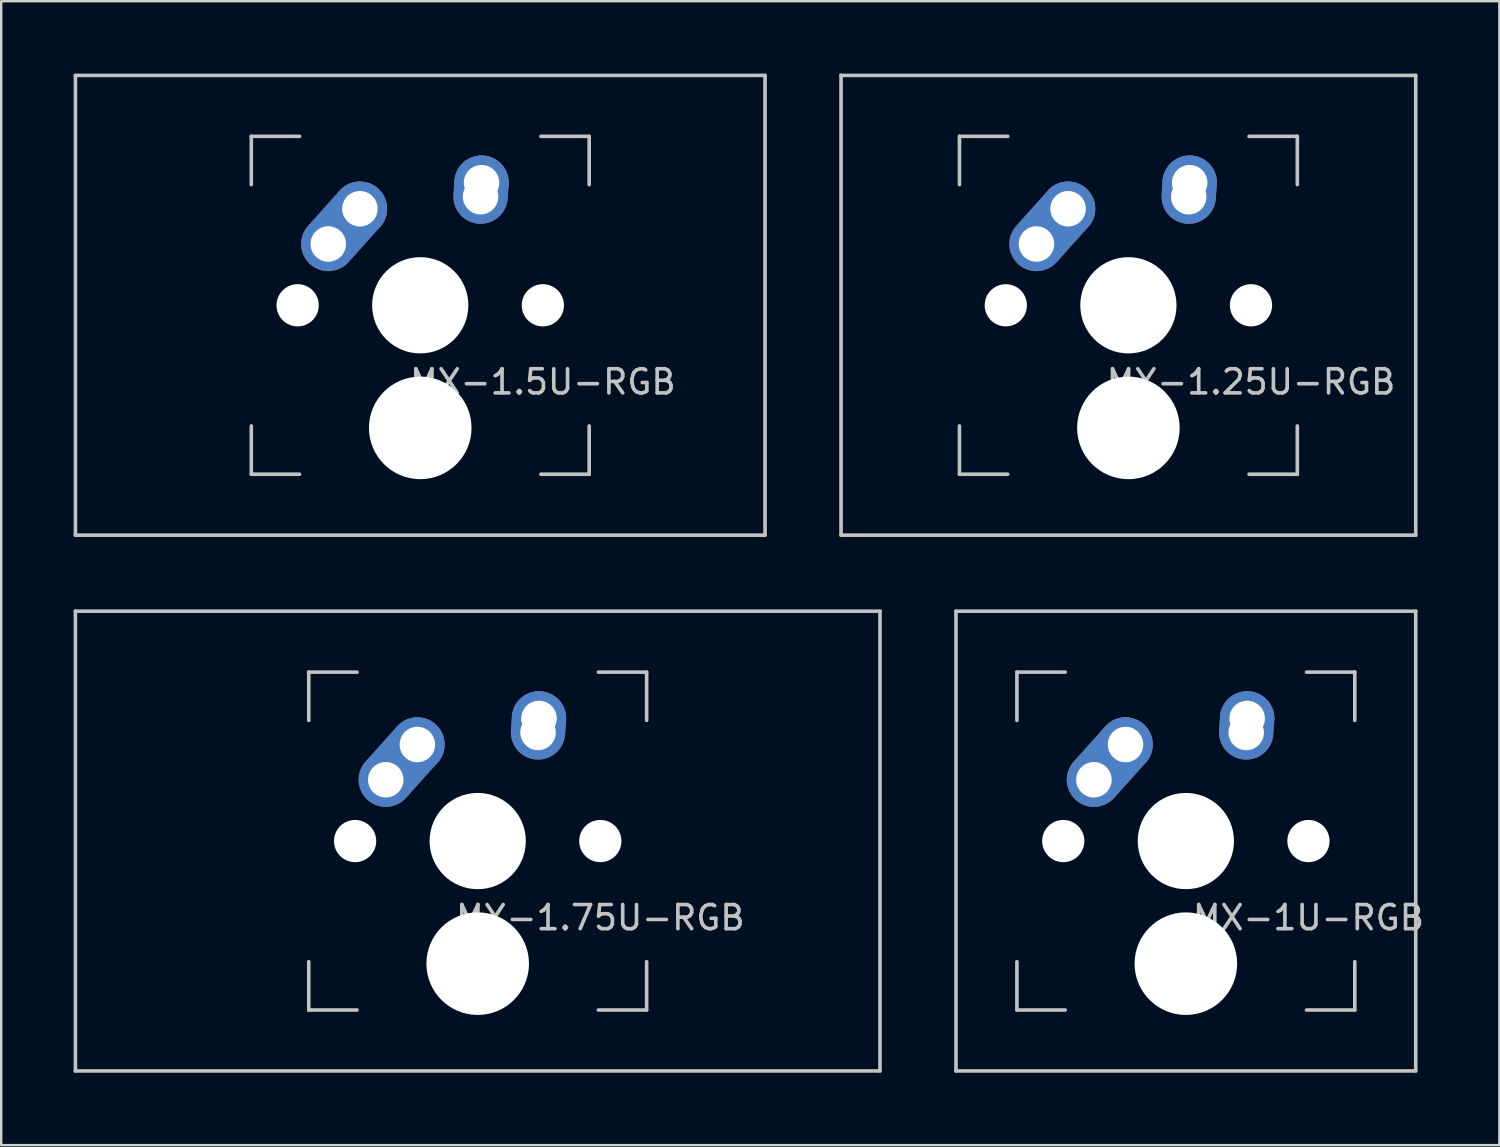
<source format=kicad_pcb>
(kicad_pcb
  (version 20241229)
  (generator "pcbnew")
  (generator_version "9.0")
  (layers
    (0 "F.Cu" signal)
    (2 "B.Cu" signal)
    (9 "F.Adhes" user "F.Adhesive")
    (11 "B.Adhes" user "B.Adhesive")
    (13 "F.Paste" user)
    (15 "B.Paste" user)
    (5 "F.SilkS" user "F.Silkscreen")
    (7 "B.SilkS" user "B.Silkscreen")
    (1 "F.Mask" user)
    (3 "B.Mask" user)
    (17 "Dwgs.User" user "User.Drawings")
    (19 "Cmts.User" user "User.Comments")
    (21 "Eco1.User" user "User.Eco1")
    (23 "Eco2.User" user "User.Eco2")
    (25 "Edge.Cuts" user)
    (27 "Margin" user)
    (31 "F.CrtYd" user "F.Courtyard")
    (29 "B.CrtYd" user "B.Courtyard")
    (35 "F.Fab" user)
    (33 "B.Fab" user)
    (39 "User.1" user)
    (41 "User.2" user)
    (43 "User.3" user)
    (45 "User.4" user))
  (footprint "MX-1U-RGB"
    (layer "F.Cu")
    (at 46.087 31.8)
    (property "Reference" "MX-1U-RGB" (at 5.08 3.175 0) (layer "Dwgs.User") (effects (font (size 1 1) (thickness 0.15))))
    (attr through_hole)
    (fp_line (start -9.525 -9.525) (end 9.525 -9.525) (stroke (width 0.15) (type solid)) (layer "Dwgs.User"))
    (fp_line (start -9.525 9.525) (end -9.525 -9.525) (stroke (width 0.15) (type solid)) (layer "Dwgs.User"))
    (fp_line (start -7 -7) (end -7 -5) (stroke (width 0.15) (type solid)) (layer "Dwgs.User"))
    (fp_line (start -7 5) (end -7 7) (stroke (width 0.15) (type solid)) (layer "Dwgs.User"))
    (fp_line (start -7 7) (end -5 7) (stroke (width 0.15) (type solid)) (layer "Dwgs.User"))
    (fp_line (start -5 -7) (end -7 -7) (stroke (width 0.15) (type solid)) (layer "Dwgs.User"))
    (fp_line (start 5 -7) (end 7 -7) (stroke (width 0.15) (type solid)) (layer "Dwgs.User"))
    (fp_line (start 5 7) (end 7 7) (stroke (width 0.15) (type solid)) (layer "Dwgs.User"))
    (fp_line (start 7 -7) (end 7 -5) (stroke (width 0.15) (type solid)) (layer "Dwgs.User"))
    (fp_line (start 7 7) (end 7 5) (stroke (width 0.15) (type solid)) (layer "Dwgs.User"))
    (fp_line (start 9.525 -9.525) (end 9.525 9.525) (stroke (width 0.15) (type solid)) (layer "Dwgs.User"))
    (fp_line (start 9.525 9.525) (end -9.525 9.525) (stroke (width 0.15) (type solid)) (layer "Dwgs.User"))
    (pad "" np_thru_hole circle (at -5.08 0 48.1) (size 1.75 1.75) (drill 1.75) (layers "*.Cu" "*.Mask"))
    (pad "" np_thru_hole circle (at 0 0) (size 3.988 3.988) (drill 3.988) (layers "*.Cu" "*.Mask"))
    (pad "" np_thru_hole circle (at 0 5.08) (size 4.25 4.25) (drill 4.25) (layers "*.Cu" "*.Mask"))
    (pad "" np_thru_hole circle (at 5.08 0 48.1) (size 1.75 1.75) (drill 1.75) (layers "*.Cu" "*.Mask"))
    (pad "1" thru_hole oval (at -3.81 -2.54 48.1) (size 4.212 2.25) (drill 1.47 (offset 0.981 0)) (layers "*.Cu" "B.Mask"))
    (pad "1" thru_hole circle (at -2.5 -4) (size 2.25 2.25) (drill 1.47) (layers "*.Cu" "B.Mask"))
    (pad "2" thru_hole oval (at 2.5 -4.5 86.055) (size 2.831 2.25) (drill 1.47 (offset 0.291 0)) (layers "*.Cu" "B.Mask"))
    (pad "2" thru_hole circle (at 2.54 -5.08) (size 2.25 2.25) (drill 1.47) (layers "*.Cu" "B.Mask")))
  (footprint "MX-1.5U-RGB"
    (layer "F.Cu")
    (at 14.363 9.6)
    (property "Reference" "MX-1.5U-RGB" (at 5.08 3.175 0) (layer "Dwgs.User") (effects (font (size 1 1) (thickness 0.15))))
    (attr through_hole)
    (fp_line (start -14.287 -9.525) (end 14.287 -9.525) (stroke (width 0.15) (type solid)) (layer "Dwgs.User"))
    (fp_line (start -14.287 9.525) (end -14.287 -9.525) (stroke (width 0.15) (type solid)) (layer "Dwgs.User"))
    (fp_line (start -7 -7) (end -7 -5) (stroke (width 0.15) (type solid)) (layer "Dwgs.User"))
    (fp_line (start -7 5) (end -7 7) (stroke (width 0.15) (type solid)) (layer "Dwgs.User"))
    (fp_line (start -7 7) (end -5 7) (stroke (width 0.15) (type solid)) (layer "Dwgs.User"))
    (fp_line (start -5 -7) (end -7 -7) (stroke (width 0.15) (type solid)) (layer "Dwgs.User"))
    (fp_line (start 5 -7) (end 7 -7) (stroke (width 0.15) (type solid)) (layer "Dwgs.User"))
    (fp_line (start 5 7) (end 7 7) (stroke (width 0.15) (type solid)) (layer "Dwgs.User"))
    (fp_line (start 7 -7) (end 7 -5) (stroke (width 0.15) (type solid)) (layer "Dwgs.User"))
    (fp_line (start 7 7) (end 7 5) (stroke (width 0.15) (type solid)) (layer "Dwgs.User"))
    (fp_line (start 14.287 -9.525) (end 14.287 9.525) (stroke (width 0.15) (type solid)) (layer "Dwgs.User"))
    (fp_line (start 14.287 9.525) (end -14.287 9.525) (stroke (width 0.15) (type solid)) (layer "Dwgs.User"))
    (pad "" np_thru_hole circle (at -5.08 0 48.1) (size 1.75 1.75) (drill 1.75) (layers "*.Cu" "*.Mask"))
    (pad "" np_thru_hole circle (at 0 0) (size 3.988 3.988) (drill 3.988) (layers "*.Cu" "*.Mask"))
    (pad "" np_thru_hole circle (at 0 5.08) (size 4.25 4.25) (drill 4.25) (layers "*.Cu" "*.Mask"))
    (pad "" np_thru_hole circle (at 5.08 0 48.1) (size 1.75 1.75) (drill 1.75) (layers "*.Cu" "*.Mask"))
    (pad "1" thru_hole oval (at -3.81 -2.54 48.1) (size 4.212 2.25) (drill 1.47 (offset 0.981 0)) (layers "*.Cu" "B.Mask"))
    (pad "1" thru_hole circle (at -2.5 -4) (size 2.25 2.25) (drill 1.47) (layers "*.Cu" "B.Mask"))
    (pad "2" thru_hole oval (at 2.5 -4.5 86.055) (size 2.831 2.25) (drill 1.47 (offset 0.291 0)) (layers "*.Cu" "B.Mask"))
    (pad "2" thru_hole circle (at 2.54 -5.08) (size 2.25 2.25) (drill 1.47) (layers "*.Cu" "B.Mask")))
  (footprint "MX-1.75U-RGB"
    (layer "F.Cu")
    (at 16.744 31.8)
    (property "Reference" "MX-1.75U-RGB" (at 5.08 3.175 0) (layer "Dwgs.User") (effects (font (size 1 1) (thickness 0.15))))
    (attr through_hole)
    (fp_line (start -16.669 -9.525) (end 16.669 -9.525) (stroke (width 0.15) (type solid)) (layer "Dwgs.User"))
    (fp_line (start -16.669 9.525) (end -16.669 -9.525) (stroke (width 0.15) (type solid)) (layer "Dwgs.User"))
    (fp_line (start -7 -7) (end -7 -5) (stroke (width 0.15) (type solid)) (layer "Dwgs.User"))
    (fp_line (start -7 5) (end -7 7) (stroke (width 0.15) (type solid)) (layer "Dwgs.User"))
    (fp_line (start -7 7) (end -5 7) (stroke (width 0.15) (type solid)) (layer "Dwgs.User"))
    (fp_line (start -5 -7) (end -7 -7) (stroke (width 0.15) (type solid)) (layer "Dwgs.User"))
    (fp_line (start 5 -7) (end 7 -7) (stroke (width 0.15) (type solid)) (layer "Dwgs.User"))
    (fp_line (start 5 7) (end 7 7) (stroke (width 0.15) (type solid)) (layer "Dwgs.User"))
    (fp_line (start 7 -7) (end 7 -5) (stroke (width 0.15) (type solid)) (layer "Dwgs.User"))
    (fp_line (start 7 7) (end 7 5) (stroke (width 0.15) (type solid)) (layer "Dwgs.User"))
    (fp_line (start 16.669 -9.525) (end 16.669 9.525) (stroke (width 0.15) (type solid)) (layer "Dwgs.User"))
    (fp_line (start 16.669 9.525) (end -16.669 9.525) (stroke (width 0.15) (type solid)) (layer "Dwgs.User"))
    (pad "" np_thru_hole circle (at -5.08 0 48.1) (size 1.75 1.75) (drill 1.75) (layers "*.Cu" "*.Mask"))
    (pad "" np_thru_hole circle (at 0 0) (size 3.988 3.988) (drill 3.988) (layers "*.Cu" "*.Mask"))
    (pad "" np_thru_hole circle (at 0 5.08) (size 4.25 4.25) (drill 4.25) (layers "*.Cu" "*.Mask"))
    (pad "" np_thru_hole circle (at 5.08 0 48.1) (size 1.75 1.75) (drill 1.75) (layers "*.Cu" "*.Mask"))
    (pad "1" thru_hole oval (at -3.81 -2.54 48.1) (size 4.212 2.25) (drill 1.47 (offset 0.981 0)) (layers "*.Cu" "B.Mask"))
    (pad "1" thru_hole circle (at -2.5 -4) (size 2.25 2.25) (drill 1.47) (layers "*.Cu" "B.Mask"))
    (pad "2" thru_hole oval (at 2.5 -4.5 86.055) (size 2.831 2.25) (drill 1.47 (offset 0.291 0)) (layers "*.Cu" "B.Mask"))
    (pad "2" thru_hole circle (at 2.54 -5.08) (size 2.25 2.25) (drill 1.47) (layers "*.Cu" "B.Mask")))
  (footprint "MX-1.25U-RGB"
    (layer "F.Cu")
    (at 43.706 9.6)
    (property "Reference" "MX-1.25U-RGB" (at 5.08 3.175 0) (layer "Dwgs.User") (effects (font (size 1 1) (thickness 0.15))))
    (attr through_hole)
    (fp_line (start -11.906 -9.525) (end 11.906 -9.525) (stroke (width 0.15) (type solid)) (layer "Dwgs.User"))
    (fp_line (start -11.906 9.525) (end -11.906 -9.525) (stroke (width 0.15) (type solid)) (layer "Dwgs.User"))
    (fp_line (start -7 -7) (end -7 -5) (stroke (width 0.15) (type solid)) (layer "Dwgs.User"))
    (fp_line (start -7 5) (end -7 7) (stroke (width 0.15) (type solid)) (layer "Dwgs.User"))
    (fp_line (start -7 7) (end -5 7) (stroke (width 0.15) (type solid)) (layer "Dwgs.User"))
    (fp_line (start -5 -7) (end -7 -7) (stroke (width 0.15) (type solid)) (layer "Dwgs.User"))
    (fp_line (start 5 -7) (end 7 -7) (stroke (width 0.15) (type solid)) (layer "Dwgs.User"))
    (fp_line (start 5 7) (end 7 7) (stroke (width 0.15) (type solid)) (layer "Dwgs.User"))
    (fp_line (start 7 -7) (end 7 -5) (stroke (width 0.15) (type solid)) (layer "Dwgs.User"))
    (fp_line (start 7 7) (end 7 5) (stroke (width 0.15) (type solid)) (layer "Dwgs.User"))
    (fp_line (start 11.906 -9.525) (end 11.906 9.525) (stroke (width 0.15) (type solid)) (layer "Dwgs.User"))
    (fp_line (start 11.906 9.525) (end -11.906 9.525) (stroke (width 0.15) (type solid)) (layer "Dwgs.User"))
    (pad "" np_thru_hole circle (at -5.08 0 48.1) (size 1.75 1.75) (drill 1.75) (layers "*.Cu" "*.Mask"))
    (pad "" np_thru_hole circle (at 0 0) (size 3.988 3.988) (drill 3.988) (layers "*.Cu" "*.Mask"))
    (pad "" np_thru_hole circle (at 0 5.08) (size 4.25 4.25) (drill 4.25) (layers "*.Cu" "*.Mask"))
    (pad "" np_thru_hole circle (at 5.08 0 48.1) (size 1.75 1.75) (drill 1.75) (layers "*.Cu" "*.Mask"))
    (pad "1" thru_hole oval (at -3.81 -2.54 48.1) (size 4.212 2.25) (drill 1.47 (offset 0.981 0)) (layers "*.Cu" "B.Mask"))
    (pad "1" thru_hole circle (at -2.5 -4) (size 2.25 2.25) (drill 1.47) (layers "*.Cu" "B.Mask"))
    (pad "2" thru_hole oval (at 2.5 -4.5 86.055) (size 2.831 2.25) (drill 1.47 (offset 0.291 0)) (layers "*.Cu" "B.Mask"))
    (pad "2" thru_hole circle (at 2.54 -5.08) (size 2.25 2.25) (drill 1.47) (layers "*.Cu" "B.Mask")))
  (gr_rect
    (start -3 -3)
    (end 59.078 44.4)
    (stroke (width 0.1) (type default))
    (fill no)
    (layer "Edge.Cuts")))
</source>
